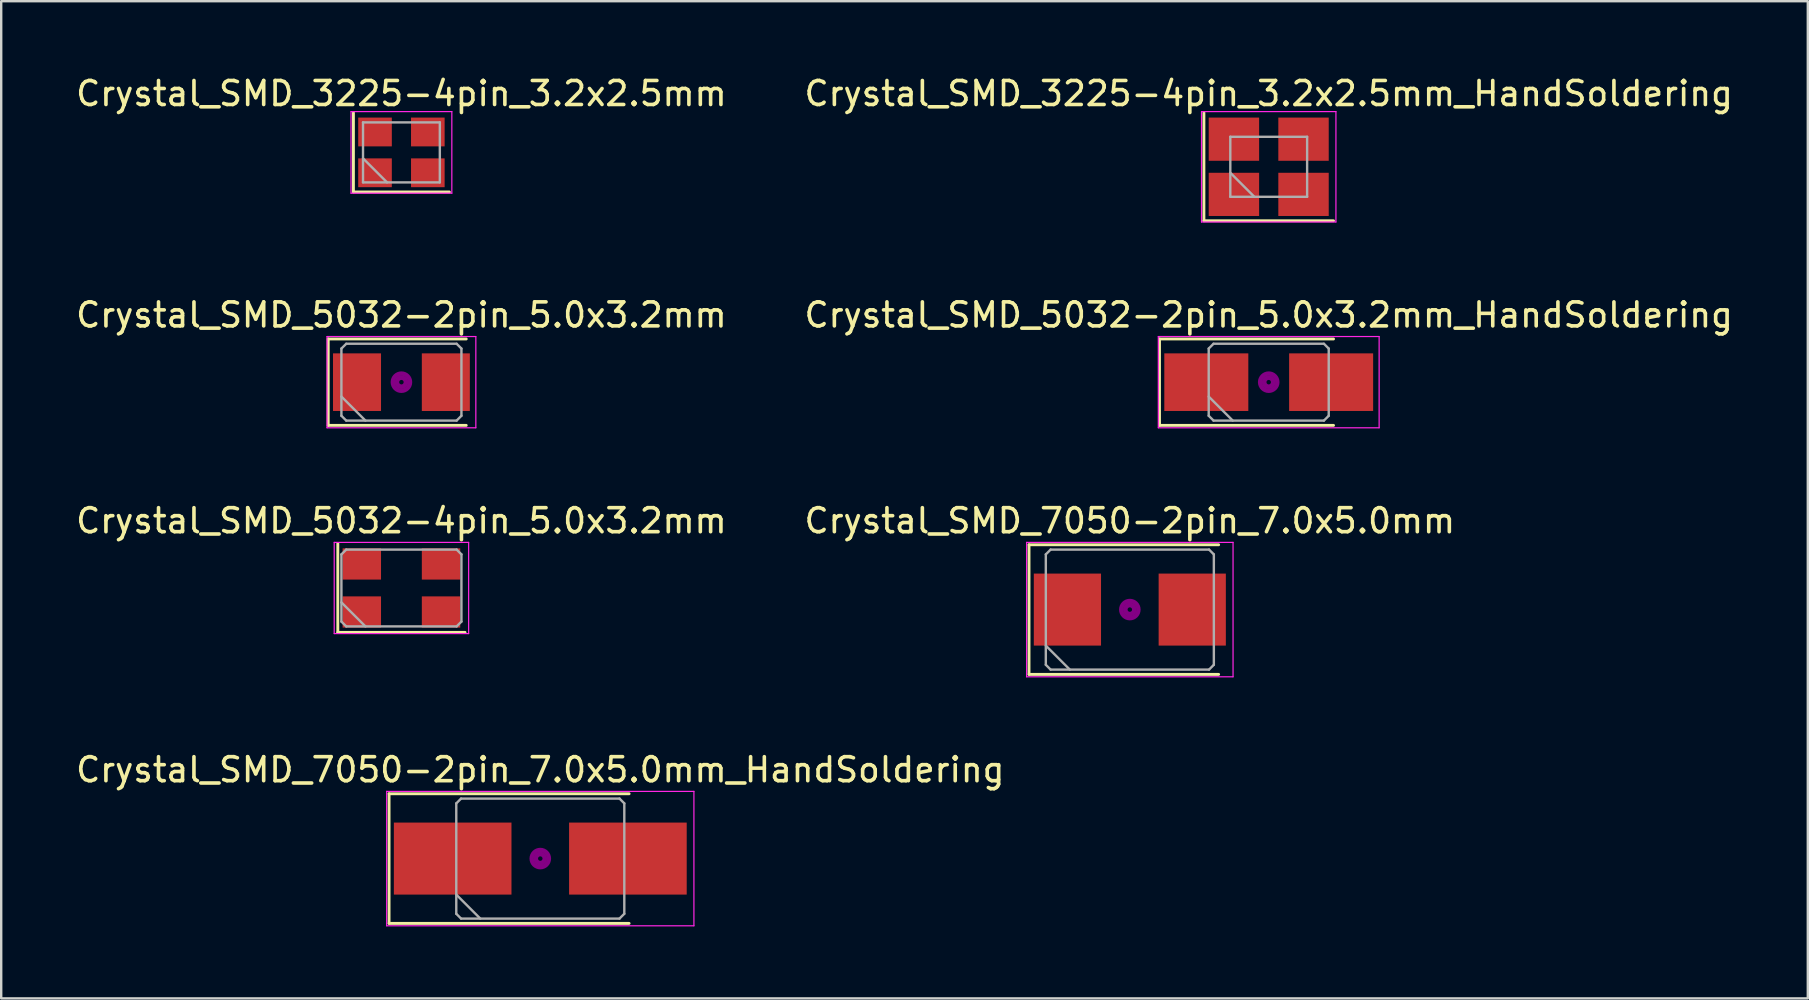
<source format=kicad_pcb>
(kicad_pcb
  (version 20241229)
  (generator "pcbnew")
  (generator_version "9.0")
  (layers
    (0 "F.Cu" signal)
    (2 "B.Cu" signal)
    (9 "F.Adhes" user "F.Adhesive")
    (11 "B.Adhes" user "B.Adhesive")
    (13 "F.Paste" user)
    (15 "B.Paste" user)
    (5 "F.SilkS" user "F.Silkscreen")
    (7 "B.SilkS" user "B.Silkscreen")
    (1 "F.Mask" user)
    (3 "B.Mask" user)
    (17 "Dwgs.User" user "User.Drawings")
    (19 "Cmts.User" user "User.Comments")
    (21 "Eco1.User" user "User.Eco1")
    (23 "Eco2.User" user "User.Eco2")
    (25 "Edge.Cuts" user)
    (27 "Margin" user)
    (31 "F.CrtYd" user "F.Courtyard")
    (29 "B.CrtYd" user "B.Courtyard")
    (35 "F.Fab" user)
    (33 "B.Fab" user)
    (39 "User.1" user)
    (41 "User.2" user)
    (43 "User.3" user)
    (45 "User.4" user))
  (footprint "Crystal_SMD_5032-4pin_5.0x3.2mm"
    (layer "F.Cu")
    (at 13.673 21.445)
    (property "Reference" "Crystal_SMD_5032-4pin_5.0x3.2mm" (at 0 -2.8 0) (layer "F.SilkS") (effects (font (size 1 1) (thickness 0.15))))
    (attr smd)
    (fp_line (start -2.65 -1.85) (end -2.65 1.85) (stroke (width 0.12) (type solid)) (layer "F.SilkS"))
    (fp_line (start -2.65 1.85) (end 2.65 1.85) (stroke (width 0.12) (type solid)) (layer "F.SilkS"))
    (fp_line (start -2.8 -1.9) (end -2.8 1.9) (stroke (width 0.05) (type solid)) (layer "F.CrtYd"))
    (fp_line (start -2.8 1.9) (end 2.8 1.9) (stroke (width 0.05) (type solid)) (layer "F.CrtYd"))
    (fp_line (start 2.8 -1.9) (end -2.8 -1.9) (stroke (width 0.05) (type solid)) (layer "F.CrtYd"))
    (fp_line (start 2.8 1.9) (end 2.8 -1.9) (stroke (width 0.05) (type solid)) (layer "F.CrtYd"))
    (fp_line (start -2.5 -1.4) (end -2.3 -1.6) (stroke (width 0.1) (type solid)) (layer "F.Fab"))
    (fp_line (start -2.5 0.6) (end -1.5 1.6) (stroke (width 0.1) (type solid)) (layer "F.Fab"))
    (fp_line (start -2.5 1.4) (end -2.5 -1.4) (stroke (width 0.1) (type solid)) (layer "F.Fab"))
    (fp_line (start -2.3 -1.6) (end 2.3 -1.6) (stroke (width 0.1) (type solid)) (layer "F.Fab"))
    (fp_line (start -2.3 1.6) (end -2.5 1.4) (stroke (width 0.1) (type solid)) (layer "F.Fab"))
    (fp_line (start 2.3 -1.6) (end 2.5 -1.4) (stroke (width 0.1) (type solid)) (layer "F.Fab"))
    (fp_line (start 2.3 1.6) (end -2.3 1.6) (stroke (width 0.1) (type solid)) (layer "F.Fab"))
    (fp_line (start 2.5 -1.4) (end 2.5 1.4) (stroke (width 0.1) (type solid)) (layer "F.Fab"))
    (fp_line (start 2.5 1.4) (end 2.3 1.6) (stroke (width 0.1) (type solid)) (layer "F.Fab"))
    (pad "1" smd rect (at -1.65 1) (size 1.6 1.3) (layers "F.Cu" "F.Mask"))
    (pad "2" smd rect (at 1.65 1) (size 1.6 1.3) (layers "F.Cu" "F.Mask"))
    (pad "3" smd rect (at 1.65 -1) (size 1.6 1.3) (layers "F.Cu" "F.Mask"))
    (pad "4" smd rect (at -1.65 -1) (size 1.6 1.3) (layers "F.Cu" "F.Mask")))
  (footprint "Crystal_SMD_5032-2pin_5.0x3.2mm"
    (layer "F.Cu")
    (at 13.673 12.871)
    (property "Reference" "Crystal_SMD_5032-2pin_5.0x3.2mm" (at 0 -2.8 0) (layer "F.SilkS") (effects (font (size 1 1) (thickness 0.15))))
    (attr smd)
    (fp_line (start -3.05 -1.8) (end -3.05 1.8) (stroke (width 0.12) (type solid)) (layer "F.SilkS"))
    (fp_line (start -3.05 1.8) (end 2.7 1.8) (stroke (width 0.12) (type solid)) (layer "F.SilkS"))
    (fp_line (start 2.7 -1.8) (end -3.05 -1.8) (stroke (width 0.12) (type solid)) (layer "F.SilkS"))
    (fp_circle (center 0 0) (end 0.093 0) (stroke (width 0.187) (type solid)) (fill no) (layer "F.Adhes"))
    (fp_circle (center 0 0) (end 0.213 0) (stroke (width 0.133) (type solid)) (fill no) (layer "F.Adhes"))
    (fp_circle (center 0 0) (end 0.333 0) (stroke (width 0.133) (type solid)) (fill no) (layer "F.Adhes"))
    (fp_circle (center 0 0) (end 0.4 0) (stroke (width 0.1) (type solid)) (fill no) (layer "F.Adhes"))
    (fp_line (start -3.1 -1.9) (end -3.1 1.9) (stroke (width 0.05) (type solid)) (layer "F.CrtYd"))
    (fp_line (start -3.1 1.9) (end 3.1 1.9) (stroke (width 0.05) (type solid)) (layer "F.CrtYd"))
    (fp_line (start 3.1 -1.9) (end -3.1 -1.9) (stroke (width 0.05) (type solid)) (layer "F.CrtYd"))
    (fp_line (start 3.1 1.9) (end 3.1 -1.9) (stroke (width 0.05) (type solid)) (layer "F.CrtYd"))
    (fp_line (start -2.5 -1.4) (end -2.3 -1.6) (stroke (width 0.1) (type solid)) (layer "F.Fab"))
    (fp_line (start -2.5 0.6) (end -1.5 1.6) (stroke (width 0.1) (type solid)) (layer "F.Fab"))
    (fp_line (start -2.5 1.4) (end -2.5 -1.4) (stroke (width 0.1) (type solid)) (layer "F.Fab"))
    (fp_line (start -2.3 -1.6) (end 2.3 -1.6) (stroke (width 0.1) (type solid)) (layer "F.Fab"))
    (fp_line (start -2.3 1.6) (end -2.5 1.4) (stroke (width 0.1) (type solid)) (layer "F.Fab"))
    (fp_line (start 2.3 -1.6) (end 2.5 -1.4) (stroke (width 0.1) (type solid)) (layer "F.Fab"))
    (fp_line (start 2.3 1.6) (end -2.3 1.6) (stroke (width 0.1) (type solid)) (layer "F.Fab"))
    (fp_line (start 2.5 -1.4) (end 2.5 1.4) (stroke (width 0.1) (type solid)) (layer "F.Fab"))
    (fp_line (start 2.5 1.4) (end 2.3 1.6) (stroke (width 0.1) (type solid)) (layer "F.Fab"))
    (pad "1" smd rect (at -1.85 0) (size 2 2.4) (layers "F.Cu" "F.Mask"))
    (pad "2" smd rect (at 1.85 0) (size 2 2.4) (layers "F.Cu" "F.Mask")))
  (footprint "Crystal_SMD_3225-4pin_3.2x2.5mm_HandSoldering"
    (layer "F.Cu")
    (at 49.804 3.898)
    (property "Reference" "Crystal_SMD_3225-4pin_3.2x2.5mm_HandSoldering" (at 0 -3.05 0) (layer "F.SilkS") (effects (font (size 1 1) (thickness 0.15))))
    (attr smd)
    (fp_line (start -2.7 -2.25) (end -2.7 2.25) (stroke (width 0.12) (type solid)) (layer "F.SilkS"))
    (fp_line (start -2.7 2.25) (end 2.7 2.25) (stroke (width 0.12) (type solid)) (layer "F.SilkS"))
    (fp_line (start -2.8 -2.3) (end -2.8 2.3) (stroke (width 0.05) (type solid)) (layer "F.CrtYd"))
    (fp_line (start -2.8 2.3) (end 2.8 2.3) (stroke (width 0.05) (type solid)) (layer "F.CrtYd"))
    (fp_line (start 2.8 -2.3) (end -2.8 -2.3) (stroke (width 0.05) (type solid)) (layer "F.CrtYd"))
    (fp_line (start 2.8 2.3) (end 2.8 -2.3) (stroke (width 0.05) (type solid)) (layer "F.CrtYd"))
    (fp_line (start -1.6 -1.25) (end -1.6 1.25) (stroke (width 0.1) (type solid)) (layer "F.Fab"))
    (fp_line (start -1.6 0.25) (end -0.6 1.25) (stroke (width 0.1) (type solid)) (layer "F.Fab"))
    (fp_line (start -1.6 1.25) (end 1.6 1.25) (stroke (width 0.1) (type solid)) (layer "F.Fab"))
    (fp_line (start 1.6 -1.25) (end -1.6 -1.25) (stroke (width 0.1) (type solid)) (layer "F.Fab"))
    (fp_line (start 1.6 1.25) (end 1.6 -1.25) (stroke (width 0.1) (type solid)) (layer "F.Fab"))
    (pad "1" smd rect (at -1.45 1.15) (size 2.1 1.8) (layers "F.Cu" "F.Mask"))
    (pad "2" smd rect (at 1.45 1.15) (size 2.1 1.8) (layers "F.Cu" "F.Mask"))
    (pad "3" smd rect (at 1.45 -1.15) (size 2.1 1.8) (layers "F.Cu" "F.Mask"))
    (pad "4" smd rect (at -1.45 -1.15) (size 2.1 1.8) (layers "F.Cu" "F.Mask")))
  (footprint "Crystal_SMD_3225-4pin_3.2x2.5mm"
    (layer "F.Cu")
    (at 13.673 3.298)
    (property "Reference" "Crystal_SMD_3225-4pin_3.2x2.5mm" (at 0 -2.45 0) (layer "F.SilkS") (effects (font (size 1 1) (thickness 0.15))))
    (attr smd)
    (fp_line (start -2 -1.65) (end -2 1.65) (stroke (width 0.12) (type solid)) (layer "F.SilkS"))
    (fp_line (start -2 1.65) (end 2 1.65) (stroke (width 0.12) (type solid)) (layer "F.SilkS"))
    (fp_line (start -2.1 -1.7) (end -2.1 1.7) (stroke (width 0.05) (type solid)) (layer "F.CrtYd"))
    (fp_line (start -2.1 1.7) (end 2.1 1.7) (stroke (width 0.05) (type solid)) (layer "F.CrtYd"))
    (fp_line (start 2.1 -1.7) (end -2.1 -1.7) (stroke (width 0.05) (type solid)) (layer "F.CrtYd"))
    (fp_line (start 2.1 1.7) (end 2.1 -1.7) (stroke (width 0.05) (type solid)) (layer "F.CrtYd"))
    (fp_line (start -1.6 -1.25) (end -1.6 1.25) (stroke (width 0.1) (type solid)) (layer "F.Fab"))
    (fp_line (start -1.6 0.25) (end -0.6 1.25) (stroke (width 0.1) (type solid)) (layer "F.Fab"))
    (fp_line (start -1.6 1.25) (end 1.6 1.25) (stroke (width 0.1) (type solid)) (layer "F.Fab"))
    (fp_line (start 1.6 -1.25) (end -1.6 -1.25) (stroke (width 0.1) (type solid)) (layer "F.Fab"))
    (fp_line (start 1.6 1.25) (end 1.6 -1.25) (stroke (width 0.1) (type solid)) (layer "F.Fab"))
    (pad "1" smd rect (at -1.1 0.85) (size 1.4 1.2) (layers "F.Cu" "F.Mask"))
    (pad "2" smd rect (at 1.1 0.85) (size 1.4 1.2) (layers "F.Cu" "F.Mask"))
    (pad "3" smd rect (at 1.1 -0.85) (size 1.4 1.2) (layers "F.Cu" "F.Mask"))
    (pad "4" smd rect (at -1.1 -0.85) (size 1.4 1.2) (layers "F.Cu" "F.Mask")))
  (footprint "Crystal_SMD_7050-2pin_7.0x5.0mm_HandSoldering"
    (layer "F.Cu")
    (at 19.458 32.718)
    (property "Reference" "Crystal_SMD_7050-2pin_7.0x5.0mm_HandSoldering" (at 0 -3.7 0) (layer "F.SilkS") (effects (font (size 1 1) (thickness 0.15))))
    (attr smd)
    (fp_line (start -6.3 -2.7) (end -6.3 2.7) (stroke (width 0.12) (type solid)) (layer "F.SilkS"))
    (fp_line (start -6.3 2.7) (end 3.7 2.7) (stroke (width 0.12) (type solid)) (layer "F.SilkS"))
    (fp_line (start 3.7 -2.7) (end -6.3 -2.7) (stroke (width 0.12) (type solid)) (layer "F.SilkS"))
    (fp_circle (center 0 0) (end 0.093 0) (stroke (width 0.187) (type solid)) (fill no) (layer "F.Adhes"))
    (fp_circle (center 0 0) (end 0.213 0) (stroke (width 0.133) (type solid)) (fill no) (layer "F.Adhes"))
    (fp_circle (center 0 0) (end 0.333 0) (stroke (width 0.133) (type solid)) (fill no) (layer "F.Adhes"))
    (fp_circle (center 0 0) (end 0.4 0) (stroke (width 0.1) (type solid)) (fill no) (layer "F.Adhes"))
    (fp_line (start -6.4 -2.8) (end -6.4 2.8) (stroke (width 0.05) (type solid)) (layer "F.CrtYd"))
    (fp_line (start -6.4 2.8) (end 6.4 2.8) (stroke (width 0.05) (type solid)) (layer "F.CrtYd"))
    (fp_line (start 6.4 -2.8) (end -6.4 -2.8) (stroke (width 0.05) (type solid)) (layer "F.CrtYd"))
    (fp_line (start 6.4 2.8) (end 6.4 -2.8) (stroke (width 0.05) (type solid)) (layer "F.CrtYd"))
    (fp_line (start -3.5 -2.3) (end -3.3 -2.5) (stroke (width 0.1) (type solid)) (layer "F.Fab"))
    (fp_line (start -3.5 1.5) (end -2.5 2.5) (stroke (width 0.1) (type solid)) (layer "F.Fab"))
    (fp_line (start -3.5 2.3) (end -3.5 -2.3) (stroke (width 0.1) (type solid)) (layer "F.Fab"))
    (fp_line (start -3.3 -2.5) (end 3.3 -2.5) (stroke (width 0.1) (type solid)) (layer "F.Fab"))
    (fp_line (start -3.3 2.5) (end -3.5 2.3) (stroke (width 0.1) (type solid)) (layer "F.Fab"))
    (fp_line (start 3.3 -2.5) (end 3.5 -2.3) (stroke (width 0.1) (type solid)) (layer "F.Fab"))
    (fp_line (start 3.3 2.5) (end -3.3 2.5) (stroke (width 0.1) (type solid)) (layer "F.Fab"))
    (fp_line (start 3.5 -2.3) (end 3.5 2.3) (stroke (width 0.1) (type solid)) (layer "F.Fab"))
    (fp_line (start 3.5 2.3) (end 3.3 2.5) (stroke (width 0.1) (type solid)) (layer "F.Fab"))
    (pad "1" smd rect (at -3.65 0) (size 4.9 3) (layers "F.Cu" "F.Mask"))
    (pad "2" smd rect (at 3.65 0) (size 4.9 3) (layers "F.Cu" "F.Mask")))
  (footprint "Crystal_SMD_7050-2pin_7.0x5.0mm"
    (layer "F.Cu")
    (at 44.018 22.345)
    (property "Reference" "Crystal_SMD_7050-2pin_7.0x5.0mm" (at 0 -3.7 0) (layer "F.SilkS") (effects (font (size 1 1) (thickness 0.15))))
    (attr smd)
    (fp_line (start -4.2 -2.7) (end -4.2 2.7) (stroke (width 0.12) (type solid)) (layer "F.SilkS"))
    (fp_line (start -4.2 2.7) (end 3.7 2.7) (stroke (width 0.12) (type solid)) (layer "F.SilkS"))
    (fp_line (start 3.7 -2.7) (end -4.2 -2.7) (stroke (width 0.12) (type solid)) (layer "F.SilkS"))
    (fp_circle (center 0 0) (end 0.093 0) (stroke (width 0.187) (type solid)) (fill no) (layer "F.Adhes"))
    (fp_circle (center 0 0) (end 0.213 0) (stroke (width 0.133) (type solid)) (fill no) (layer "F.Adhes"))
    (fp_circle (center 0 0) (end 0.333 0) (stroke (width 0.133) (type solid)) (fill no) (layer "F.Adhes"))
    (fp_circle (center 0 0) (end 0.4 0) (stroke (width 0.1) (type solid)) (fill no) (layer "F.Adhes"))
    (fp_line (start -4.3 -2.8) (end -4.3 2.8) (stroke (width 0.05) (type solid)) (layer "F.CrtYd"))
    (fp_line (start -4.3 2.8) (end 4.3 2.8) (stroke (width 0.05) (type solid)) (layer "F.CrtYd"))
    (fp_line (start 4.3 -2.8) (end -4.3 -2.8) (stroke (width 0.05) (type solid)) (layer "F.CrtYd"))
    (fp_line (start 4.3 2.8) (end 4.3 -2.8) (stroke (width 0.05) (type solid)) (layer "F.CrtYd"))
    (fp_line (start -3.5 -2.3) (end -3.3 -2.5) (stroke (width 0.1) (type solid)) (layer "F.Fab"))
    (fp_line (start -3.5 1.5) (end -2.5 2.5) (stroke (width 0.1) (type solid)) (layer "F.Fab"))
    (fp_line (start -3.5 2.3) (end -3.5 -2.3) (stroke (width 0.1) (type solid)) (layer "F.Fab"))
    (fp_line (start -3.3 -2.5) (end 3.3 -2.5) (stroke (width 0.1) (type solid)) (layer "F.Fab"))
    (fp_line (start -3.3 2.5) (end -3.5 2.3) (stroke (width 0.1) (type solid)) (layer "F.Fab"))
    (fp_line (start 3.3 -2.5) (end 3.5 -2.3) (stroke (width 0.1) (type solid)) (layer "F.Fab"))
    (fp_line (start 3.3 2.5) (end -3.3 2.5) (stroke (width 0.1) (type solid)) (layer "F.Fab"))
    (fp_line (start 3.5 -2.3) (end 3.5 2.3) (stroke (width 0.1) (type solid)) (layer "F.Fab"))
    (fp_line (start 3.5 2.3) (end 3.3 2.5) (stroke (width 0.1) (type solid)) (layer "F.Fab"))
    (pad "1" smd rect (at -2.6 0) (size 2.8 3) (layers "F.Cu" "F.Mask"))
    (pad "2" smd rect (at 2.6 0) (size 2.8 3) (layers "F.Cu" "F.Mask")))
  (footprint "Crystal_SMD_5032-2pin_5.0x3.2mm_HandSoldering"
    (layer "F.Cu")
    (at 49.804 12.871)
    (property "Reference" "Crystal_SMD_5032-2pin_5.0x3.2mm_HandSoldering" (at 0 -2.8 0) (layer "F.SilkS") (effects (font (size 1 1) (thickness 0.15))))
    (attr smd)
    (fp_line (start -4.55 -1.8) (end -4.55 1.8) (stroke (width 0.12) (type solid)) (layer "F.SilkS"))
    (fp_line (start -4.55 1.8) (end 2.7 1.8) (stroke (width 0.12) (type solid)) (layer "F.SilkS"))
    (fp_line (start 2.7 -1.8) (end -4.55 -1.8) (stroke (width 0.12) (type solid)) (layer "F.SilkS"))
    (fp_circle (center 0 0) (end 0.093 0) (stroke (width 0.187) (type solid)) (fill no) (layer "F.Adhes"))
    (fp_circle (center 0 0) (end 0.213 0) (stroke (width 0.133) (type solid)) (fill no) (layer "F.Adhes"))
    (fp_circle (center 0 0) (end 0.333 0) (stroke (width 0.133) (type solid)) (fill no) (layer "F.Adhes"))
    (fp_circle (center 0 0) (end 0.4 0) (stroke (width 0.1) (type solid)) (fill no) (layer "F.Adhes"))
    (fp_line (start -4.6 -1.9) (end -4.6 1.9) (stroke (width 0.05) (type solid)) (layer "F.CrtYd"))
    (fp_line (start -4.6 1.9) (end 4.6 1.9) (stroke (width 0.05) (type solid)) (layer "F.CrtYd"))
    (fp_line (start 4.6 -1.9) (end -4.6 -1.9) (stroke (width 0.05) (type solid)) (layer "F.CrtYd"))
    (fp_line (start 4.6 1.9) (end 4.6 -1.9) (stroke (width 0.05) (type solid)) (layer "F.CrtYd"))
    (fp_line (start -2.5 -1.4) (end -2.3 -1.6) (stroke (width 0.1) (type solid)) (layer "F.Fab"))
    (fp_line (start -2.5 0.6) (end -1.5 1.6) (stroke (width 0.1) (type solid)) (layer "F.Fab"))
    (fp_line (start -2.5 1.4) (end -2.5 -1.4) (stroke (width 0.1) (type solid)) (layer "F.Fab"))
    (fp_line (start -2.3 -1.6) (end 2.3 -1.6) (stroke (width 0.1) (type solid)) (layer "F.Fab"))
    (fp_line (start -2.3 1.6) (end -2.5 1.4) (stroke (width 0.1) (type solid)) (layer "F.Fab"))
    (fp_line (start 2.3 -1.6) (end 2.5 -1.4) (stroke (width 0.1) (type solid)) (layer "F.Fab"))
    (fp_line (start 2.3 1.6) (end -2.3 1.6) (stroke (width 0.1) (type solid)) (layer "F.Fab"))
    (fp_line (start 2.5 -1.4) (end 2.5 1.4) (stroke (width 0.1) (type solid)) (layer "F.Fab"))
    (fp_line (start 2.5 1.4) (end 2.3 1.6) (stroke (width 0.1) (type solid)) (layer "F.Fab"))
    (pad "1" smd rect (at -2.6 0) (size 3.5 2.4) (layers "F.Cu" "F.Mask"))
    (pad "2" smd rect (at 2.6 0) (size 3.5 2.4) (layers "F.Cu" "F.Mask")))
  (gr_rect
    (start -3 -3)
    (end 72.262 38.543)
    (stroke (width 0.1) (type default))
    (fill no)
    (layer "Edge.Cuts")))
</source>
